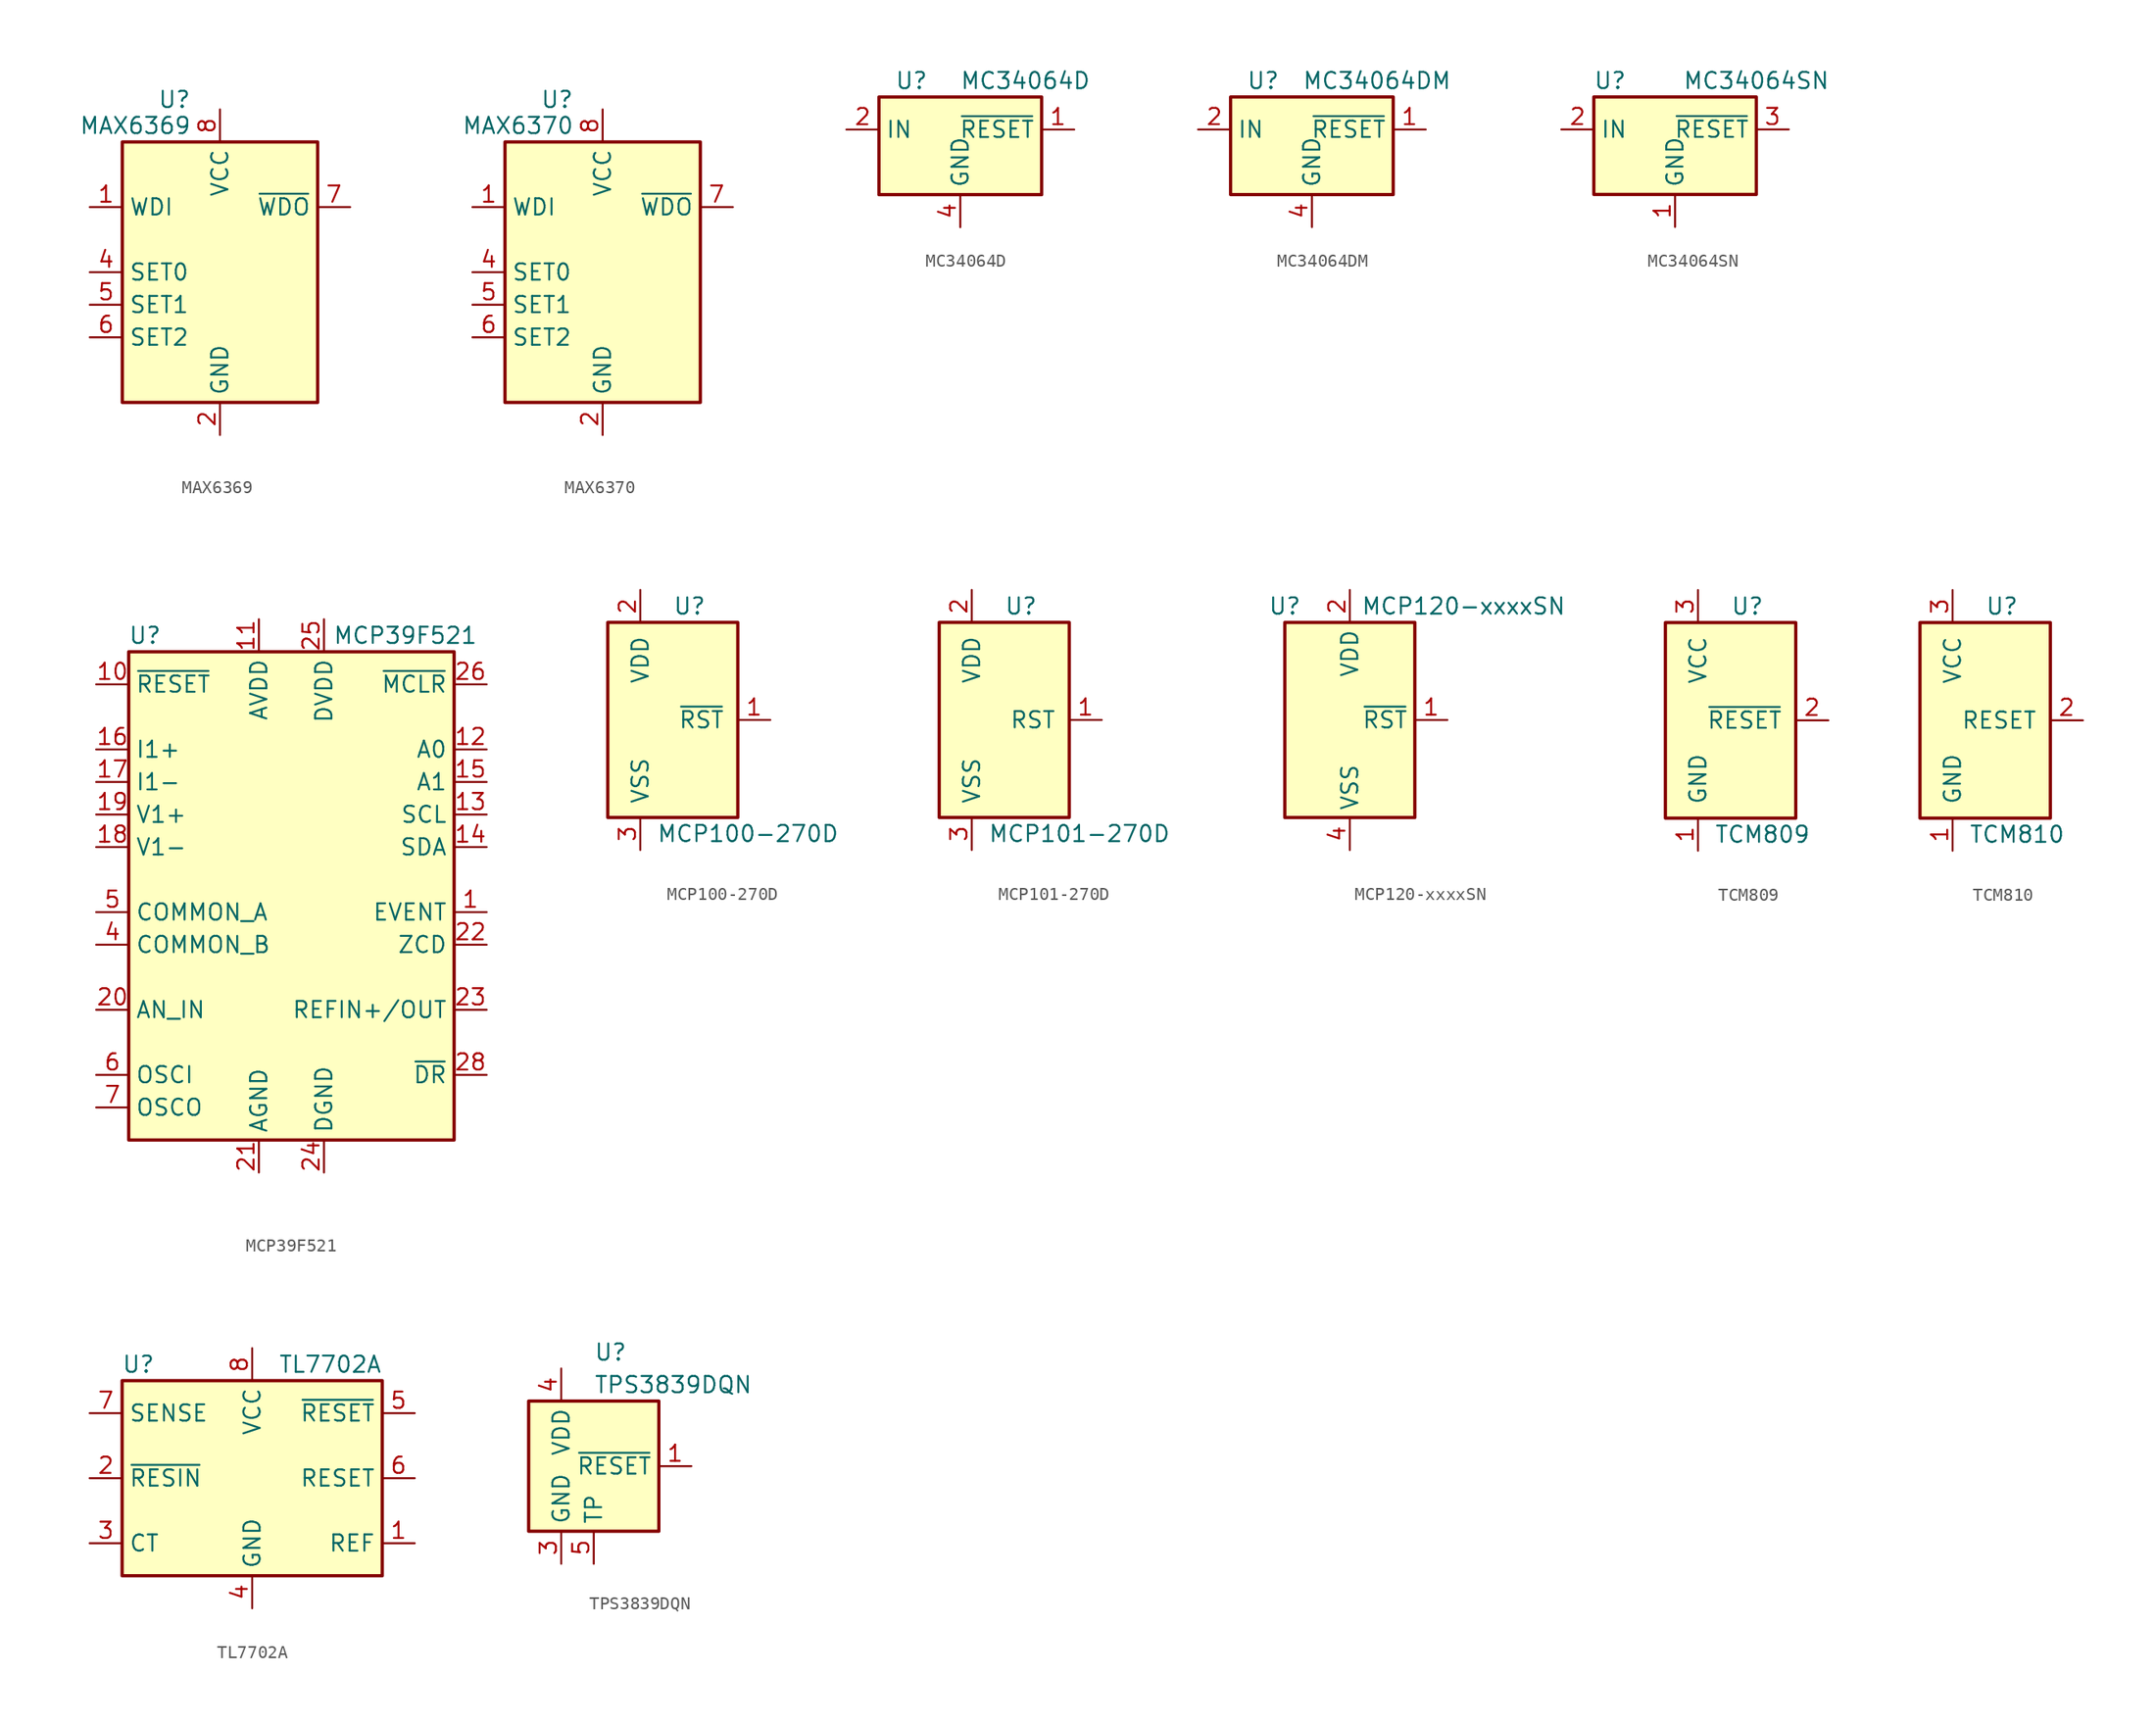
<source format=kicad_sym>
(kicad_symbol_lib
  (version 20200908)
  (generator kicad_symbol_editor)
  (symbol "Power_Supervisor:MAX6369"
    (property "Reference" "U"
      (at -3.556 13.462 0)
      (effects (font (size 1.27 1.27))))
    (property "Value" "MAX6369"
      (at -6.604 11.43 0)
      (effects (font (size 1.27 1.27))))
    (symbol "MAX6369_0_1"
      (rectangle (start -7.62 10.16) (end 7.62 -10.16) (stroke (width 0.254)) (fill (type background))))
    (symbol "MAX6369_1_1"
      (pin input line (at -10.16 5.08 0) (length 2.54) (name "WDI" (effects (font (size 1.27 1.27)))) (number "1" (effects (font (size 1.27 1.27)))))
      (pin power_in line (at 0 -12.7 90) (length 2.54) (name "GND" (effects (font (size 1.27 1.27)))) (number "2" (effects (font (size 1.27 1.27)))))
      (pin unconnected line (at 7.62 -5.08 180) (length 2.54) hide (name "NC" (effects (font (size 1.27 1.27)))) (number "3" (effects (font (size 1.27 1.27)))))
      (pin input line (at -10.16 0 0) (length 2.54) (name "SET0" (effects (font (size 1.27 1.27)))) (number "4" (effects (font (size 1.27 1.27)))))
      (pin input line (at -10.16 -2.54 0) (length 2.54) (name "SET1" (effects (font (size 1.27 1.27)))) (number "5" (effects (font (size 1.27 1.27)))))
      (pin input line (at -10.16 -5.08 0) (length 2.54) (name "SET2" (effects (font (size 1.27 1.27)))) (number "6" (effects (font (size 1.27 1.27)))))
      (pin open_collector line (at 10.16 5.08 180) (length 2.54) (name "~WDO" (effects (font (size 1.27 1.27)))) (number "7" (effects (font (size 1.27 1.27)))))
      (pin power_in line (at 0 12.7 270) (length 2.54) (name "VCC" (effects (font (size 1.27 1.27)))) (number "8" (effects (font (size 1.27 1.27)))))))
  (symbol "Power_Supervisor:MAX6370"
    (property "Reference" "U"
      (at -3.556 13.462 0)
      (effects (font (size 1.27 1.27))))
    (property "Value" "MAX6370"
      (at -6.604 11.43 0)
      (effects (font (size 1.27 1.27))))
    (symbol "MAX6370_0_1"
      (rectangle (start -7.62 10.16) (end 7.62 -10.16) (stroke (width 0.254)) (fill (type background))))
    (symbol "MAX6370_1_1"
      (pin input line (at -10.16 5.08 0) (length 2.54) (name "WDI" (effects (font (size 1.27 1.27)))) (number "1" (effects (font (size 1.27 1.27)))))
      (pin power_in line (at 0 -12.7 90) (length 2.54) (name "GND" (effects (font (size 1.27 1.27)))) (number "2" (effects (font (size 1.27 1.27)))))
      (pin unconnected line (at 7.62 -5.08 180) (length 2.54) hide (name "NC" (effects (font (size 1.27 1.27)))) (number "3" (effects (font (size 1.27 1.27)))))
      (pin input line (at -10.16 0 0) (length 2.54) (name "SET0" (effects (font (size 1.27 1.27)))) (number "4" (effects (font (size 1.27 1.27)))))
      (pin input line (at -10.16 -2.54 0) (length 2.54) (name "SET1" (effects (font (size 1.27 1.27)))) (number "5" (effects (font (size 1.27 1.27)))))
      (pin input line (at -10.16 -5.08 0) (length 2.54) (name "SET2" (effects (font (size 1.27 1.27)))) (number "6" (effects (font (size 1.27 1.27)))))
      (pin output line (at 10.16 5.08 180) (length 2.54) (name "~WDO" (effects (font (size 1.27 1.27)))) (number "7" (effects (font (size 1.27 1.27)))))
      (pin power_in line (at 0 12.7 270) (length 2.54) (name "VCC" (effects (font (size 1.27 1.27)))) (number "8" (effects (font (size 1.27 1.27)))))))
  (symbol "Power_Supervisor:MC34064D"
    (property "Reference" "U"
      (at -3.81 5.08 0)
      (effects (font (size 1.27 1.27))))
    (property "Value" "MC34064D"
      (at 5.08 5.08 0)
      (effects (font (size 1.27 1.27))))
    (symbol "MC34064D_0_1"
      (rectangle (start -6.35 -3.81) (end 6.35 3.81) (stroke (width 0.254)) (fill (type background))))
    (symbol "MC34064D_1_1"
      (pin open_collector line (at 8.89 1.27 180) (length 2.54) (name "~RESET" (effects (font (size 1.27 1.27)))) (number "1" (effects (font (size 1.27 1.27)))))
      (pin input line (at -8.89 1.27 0) (length 2.54) (name "IN" (effects (font (size 1.27 1.27)))) (number "2" (effects (font (size 1.27 1.27)))))
      (pin unconnected line (at 6.35 -2.54 180) (length 2.54) hide (name "NC" (effects (font (size 1.27 1.27)))) (number "3" (effects (font (size 1.27 1.27)))))
      (pin power_in line (at 0 -6.35 90) (length 2.54) (name "GND" (effects (font (size 1.27 1.27)))) (number "4" (effects (font (size 1.27 1.27)))))
      (pin unconnected line (at 0 3.81 270) (length 2.54) hide (name "NC" (effects (font (size 1.27 1.27)))) (number "5" (effects (font (size 1.27 1.27)))))
      (pin unconnected line (at 2.54 3.81 270) (length 2.54) hide (name "NC" (effects (font (size 1.27 1.27)))) (number "6" (effects (font (size 1.27 1.27)))))
      (pin unconnected line (at -6.35 -2.54 0) (length 2.54) hide (name "NC" (effects (font (size 1.27 1.27)))) (number "7" (effects (font (size 1.27 1.27)))))
      (pin unconnected line (at -2.54 3.81 270) (length 2.54) hide (name "NC" (effects (font (size 1.27 1.27)))) (number "8" (effects (font (size 1.27 1.27)))))))
  (symbol "Power_Supervisor:MC34064DM"
    (property "Reference" "U"
      (at -3.81 5.08 0)
      (effects (font (size 1.27 1.27))))
    (property "Value" "MC34064DM"
      (at 5.08 5.08 0)
      (effects (font (size 1.27 1.27))))
    (symbol "MC34064DM_0_1"
      (rectangle (start -6.35 -3.81) (end 6.35 3.81) (stroke (width 0.254)) (fill (type background))))
    (symbol "MC34064DM_1_1"
      (pin open_collector line (at 8.89 1.27 180) (length 2.54) (name "~RESET" (effects (font (size 1.27 1.27)))) (number "1" (effects (font (size 1.27 1.27)))))
      (pin input line (at -8.89 1.27 0) (length 2.54) (name "IN" (effects (font (size 1.27 1.27)))) (number "2" (effects (font (size 1.27 1.27)))))
      (pin unconnected line (at 6.35 -2.54 180) (length 2.54) hide (name "NC" (effects (font (size 1.27 1.27)))) (number "3" (effects (font (size 1.27 1.27)))))
      (pin power_in line (at 0 -6.35 90) (length 2.54) (name "GND" (effects (font (size 1.27 1.27)))) (number "4" (effects (font (size 1.27 1.27)))))
      (pin unconnected line (at 0 3.81 270) (length 2.54) hide (name "NC" (effects (font (size 1.27 1.27)))) (number "5" (effects (font (size 1.27 1.27)))))
      (pin unconnected line (at 2.54 3.81 270) (length 2.54) hide (name "NC" (effects (font (size 1.27 1.27)))) (number "6" (effects (font (size 1.27 1.27)))))
      (pin unconnected line (at -6.35 -2.54 0) (length 2.54) hide (name "NC" (effects (font (size 1.27 1.27)))) (number "7" (effects (font (size 1.27 1.27)))))
      (pin unconnected line (at -2.54 3.81 270) (length 2.54) hide (name "NC" (effects (font (size 1.27 1.27)))) (number "8" (effects (font (size 1.27 1.27)))))))
  (symbol "Power_Supervisor:MC34064SN"
    (property "Reference" "U"
      (at -5.08 5.08 0)
      (effects (font (size 1.27 1.27))))
    (property "Value" "MC34064SN"
      (at 6.35 5.08 0)
      (effects (font (size 1.27 1.27))))
    (symbol "MC34064SN_0_1"
      (rectangle (start -6.35 -3.81) (end 6.35 3.81) (stroke (width 0.254)) (fill (type background))))
    (symbol "MC34064SN_1_1"
      (pin power_in line (at 0 -6.35 90) (length 2.54) (name "GND" (effects (font (size 1.27 1.27)))) (number "1" (effects (font (size 1.27 1.27)))))
      (pin input line (at -8.89 1.27 0) (length 2.54) (name "IN" (effects (font (size 1.27 1.27)))) (number "2" (effects (font (size 1.27 1.27)))))
      (pin open_collector line (at 8.89 1.27 180) (length 2.54) (name "~RESET" (effects (font (size 1.27 1.27)))) (number "3" (effects (font (size 1.27 1.27)))))
      (pin unconnected line (at -2.54 3.81 270) (length 2.54) hide (name "NC" (effects (font (size 1.27 1.27)))) (number "4" (effects (font (size 1.27 1.27)))))
      (pin unconnected line (at 2.54 3.81 270) (length 2.54) hide (name "NC" (effects (font (size 1.27 1.27)))) (number "5" (effects (font (size 1.27 1.27)))))))
  (symbol "Power_Supervisor:MCP39F521"
    (property "Reference" "U"
      (at -11.43 19.05 0)
      (effects (font (size 1.27 1.27))))
    (property "Value" "MCP39F521"
      (at 8.89 19.05 0)
      (effects (font (size 1.27 1.27))))
    (symbol "MCP39F521_0_1"
      (rectangle (start -12.7 17.78) (end 12.7 -20.32) (stroke (width 0.254)) (fill (type background))))
    (symbol "MCP39F521_1_1"
      (pin output line (at 15.24 -2.54 180) (length 2.54) (name "EVENT" (effects (font (size 1.27 1.27)))) (number "1" (effects (font (size 1.27 1.27)))))
      (pin input line (at -15.24 15.24 0) (length 2.54) (name "~RESET" (effects (font (size 1.27 1.27)))) (number "10" (effects (font (size 1.27 1.27)))))
      (pin power_in line (at -2.54 20.32 270) (length 2.54) (name "AVDD" (effects (font (size 1.27 1.27)))) (number "11" (effects (font (size 1.27 1.27)))))
      (pin input line (at 15.24 10.16 180) (length 2.54) (name "A0" (effects (font (size 1.27 1.27)))) (number "12" (effects (font (size 1.27 1.27)))))
      (pin input line (at 15.24 5.08 180) (length 2.54) (name "SCL" (effects (font (size 1.27 1.27)))) (number "13" (effects (font (size 1.27 1.27)))))
      (pin bidirectional line (at 15.24 2.54 180) (length 2.54) (name "SDA" (effects (font (size 1.27 1.27)))) (number "14" (effects (font (size 1.27 1.27)))))
      (pin input line (at 15.24 7.62 180) (length 2.54) (name "A1" (effects (font (size 1.27 1.27)))) (number "15" (effects (font (size 1.27 1.27)))))
      (pin input line (at -15.24 10.16 0) (length 2.54) (name "I1+" (effects (font (size 1.27 1.27)))) (number "16" (effects (font (size 1.27 1.27)))))
      (pin input line (at -15.24 7.62 0) (length 2.54) (name "I1-" (effects (font (size 1.27 1.27)))) (number "17" (effects (font (size 1.27 1.27)))))
      (pin input line (at -15.24 2.54 0) (length 2.54) (name "V1-" (effects (font (size 1.27 1.27)))) (number "18" (effects (font (size 1.27 1.27)))))
      (pin input line (at -15.24 5.08 0) (length 2.54) (name "V1+" (effects (font (size 1.27 1.27)))) (number "19" (effects (font (size 1.27 1.27)))))
      (pin unconnected line (at -12.7 12.7 0) (length 2.54) hide (name "NC" (effects (font (size 1.27 1.27)))) (number "2" (effects (font (size 1.27 1.27)))))
      (pin input line (at -15.24 -10.16 0) (length 2.54) (name "AN_IN" (effects (font (size 1.27 1.27)))) (number "20" (effects (font (size 1.27 1.27)))))
      (pin power_in line (at -2.54 -22.86 90) (length 2.54) (name "AGND" (effects (font (size 1.27 1.27)))) (number "21" (effects (font (size 1.27 1.27)))))
      (pin output line (at 15.24 -5.08 180) (length 2.54) (name "ZCD" (effects (font (size 1.27 1.27)))) (number "22" (effects (font (size 1.27 1.27)))))
      (pin bidirectional line (at 15.24 -10.16 180) (length 2.54) (name "REFIN+/OUT" (effects (font (size 1.27 1.27)))) (number "23" (effects (font (size 1.27 1.27)))))
      (pin power_in line (at 2.54 -22.86 90) (length 2.54) (name "DGND" (effects (font (size 1.27 1.27)))) (number "24" (effects (font (size 1.27 1.27)))))
      (pin power_in line (at 2.54 20.32 270) (length 2.54) (name "DVDD" (effects (font (size 1.27 1.27)))) (number "25" (effects (font (size 1.27 1.27)))))
      (pin input line (at 15.24 15.24 180) (length 2.54) (name "~MCLR" (effects (font (size 1.27 1.27)))) (number "26" (effects (font (size 1.27 1.27)))))
      (pin passive line (at 2.54 -22.86 90) (length 2.54) hide (name "DGND" (effects (font (size 1.27 1.27)))) (number "27" (effects (font (size 1.27 1.27)))))
      (pin output line (at 15.24 -15.24 180) (length 2.54) (name "~DR" (effects (font (size 1.27 1.27)))) (number "28" (effects (font (size 1.27 1.27)))))
      (pin passive line (at 2.54 -22.86 90) (length 2.54) hide (name "DGND" (effects (font (size 1.27 1.27)))) (number "29" (effects (font (size 1.27 1.27)))))
      (pin unconnected line (at -12.7 0 0) (length 2.54) hide (name "NC" (effects (font (size 1.27 1.27)))) (number "3" (effects (font (size 1.27 1.27)))))
      (pin passive line (at -15.24 -5.08 0) (length 2.54) (name "COMMON_B" (effects (font (size 1.27 1.27)))) (number "4" (effects (font (size 1.27 1.27)))))
      (pin passive line (at -15.24 -2.54 0) (length 2.54) (name "COMMON_A" (effects (font (size 1.27 1.27)))) (number "5" (effects (font (size 1.27 1.27)))))
      (pin input line (at -15.24 -15.24 0) (length 2.54) (name "OSCI" (effects (font (size 1.27 1.27)))) (number "6" (effects (font (size 1.27 1.27)))))
      (pin passive line (at -15.24 -17.78 0) (length 2.54) (name "OSCO" (effects (font (size 1.27 1.27)))) (number "7" (effects (font (size 1.27 1.27)))))
      (pin unconnected line (at 12.7 12.7 180) (length 2.54) hide (name "NC" (effects (font (size 1.27 1.27)))) (number "8" (effects (font (size 1.27 1.27)))))
      (pin unconnected line (at 12.7 0 180) (length 2.54) hide (name "NC" (effects (font (size 1.27 1.27)))) (number "9" (effects (font (size 1.27 1.27)))))))
  (symbol "Power_Supervisor:MCP100-270D"
    (pin_names
      (offset 1.016))
    (property "Reference" "U"
      (at 0 8.89 0)
      (effects (font (size 1.27 1.27)) (justify left)))
    (property "Value" "MCP100-270D"
      (at -1.27 -8.89 0)
      (effects (font (size 1.27 1.27)) (justify left)))
    (symbol "MCP100-270D_1_1"
      (rectangle (start -5.08 7.62) (end 5.08 -7.62) (stroke (width 0.254)) (fill (type background)))
      (pin output line (at 7.62 0 180) (length 2.54) (name "~RST" (effects (font (size 1.27 1.27)))) (number "1" (effects (font (size 1.27 1.27)))))
      (pin power_in line (at -2.54 10.16 270) (length 2.54) (name "VDD" (effects (font (size 1.27 1.27)))) (number "2" (effects (font (size 1.27 1.27)))))
      (pin power_in line (at -2.54 -10.16 90) (length 2.54) (name "VSS" (effects (font (size 1.27 1.27)))) (number "3" (effects (font (size 1.27 1.27)))))))
  (symbol "Power_Supervisor:MCP101-270D"
    (pin_names
      (offset 1.016))
    (property "Reference" "U"
      (at 0 8.89 0)
      (effects (font (size 1.27 1.27)) (justify left)))
    (property "Value" "MCP101-270D"
      (at -1.27 -8.89 0)
      (effects (font (size 1.27 1.27)) (justify left)))
    (symbol "MCP101-270D_1_1"
      (rectangle (start -5.08 7.62) (end 5.08 -7.62) (stroke (width 0.254)) (fill (type background)))
      (pin output line (at 7.62 0 180) (length 2.54) (name "RST" (effects (font (size 1.27 1.27)))) (number "1" (effects (font (size 1.27 1.27)))))
      (pin power_in line (at -2.54 10.16 270) (length 2.54) (name "VDD" (effects (font (size 1.27 1.27)))) (number "2" (effects (font (size 1.27 1.27)))))
      (pin power_in line (at -2.54 -10.16 90) (length 2.54) (name "VSS" (effects (font (size 1.27 1.27)))) (number "3" (effects (font (size 1.27 1.27)))))))
  (symbol "Power_Supervisor:MCP120-xxxxSN"
    (property "Reference" "U"
      (at -5.08 8.89 0)
      (effects (font (size 1.27 1.27))))
    (property "Value" "MCP120-xxxxSN"
      (at 8.89 8.89 0)
      (effects (font (size 1.27 1.27))))
    (symbol "MCP120-xxxxSN_0_1"
      (rectangle (start 5.08 7.62) (end -5.08 -7.62) (stroke (width 0.254)) (fill (type background))))
    (symbol "MCP120-xxxxSN_1_1"
      (pin open_collector line (at 7.62 0 180) (length 2.54) (name "~RST" (effects (font (size 1.27 1.27)))) (number "1" (effects (font (size 1.27 1.27)))))
      (pin power_in line (at 0 10.16 270) (length 2.54) (name "VDD" (effects (font (size 1.27 1.27)))) (number "2" (effects (font (size 1.27 1.27)))))
      (pin unconnected line (at -5.08 5.08 0) (length 2.54) hide (name "NC" (effects (font (size 1.27 1.27)))) (number "3" (effects (font (size 1.27 1.27)))))
      (pin power_in line (at 0 -10.16 90) (length 2.54) (name "VSS" (effects (font (size 1.27 1.27)))) (number "4" (effects (font (size 1.27 1.27)))))
      (pin unconnected line (at -5.08 2.54 0) (length 2.54) hide (name "NC" (effects (font (size 1.27 1.27)))) (number "5" (effects (font (size 1.27 1.27)))))
      (pin unconnected line (at -5.08 0 0) (length 2.54) hide (name "NC" (effects (font (size 1.27 1.27)))) (number "6" (effects (font (size 1.27 1.27)))))
      (pin unconnected line (at -5.08 -2.54 0) (length 2.54) hide (name "NC" (effects (font (size 1.27 1.27)))) (number "7" (effects (font (size 1.27 1.27)))))
      (pin unconnected line (at -5.08 -5.08 0) (length 2.54) hide (name "NC" (effects (font (size 1.27 1.27)))) (number "8" (effects (font (size 1.27 1.27)))))))
  (symbol "Power_Supervisor:TCM809"
    (pin_names
      (offset 1.016))
    (property "Reference" "U"
      (at 0 8.89 0)
      (effects (font (size 1.27 1.27)) (justify left)))
    (property "Value" "TCM809"
      (at -1.27 -8.89 0)
      (effects (font (size 1.27 1.27)) (justify left)))
    (symbol "TCM809_1_1"
      (rectangle (start -5.08 7.62) (end 5.08 -7.62) (stroke (width 0.254)) (fill (type background)))
      (pin power_in line (at -2.54 -10.16 90) (length 2.54) (name "GND" (effects (font (size 1.27 1.27)))) (number "1" (effects (font (size 1.27 1.27)))))
      (pin output line (at 7.62 0 180) (length 2.54) (name "~RESET~" (effects (font (size 1.27 1.27)))) (number "2" (effects (font (size 1.27 1.27)))))
      (pin power_in line (at -2.54 10.16 270) (length 2.54) (name "VCC" (effects (font (size 1.27 1.27)))) (number "3" (effects (font (size 1.27 1.27)))))))
  (symbol "Power_Supervisor:TCM810"
    (pin_names
      (offset 1.016))
    (property "Reference" "U"
      (at 0 8.89 0)
      (effects (font (size 1.27 1.27)) (justify left)))
    (property "Value" "TCM810"
      (at -1.27 -8.89 0)
      (effects (font (size 1.27 1.27)) (justify left)))
    (symbol "TCM810_1_1"
      (rectangle (start -5.08 7.62) (end 5.08 -7.62) (stroke (width 0.254)) (fill (type background)))
      (pin power_in line (at -2.54 -10.16 90) (length 2.54) (name "GND" (effects (font (size 1.27 1.27)))) (number "1" (effects (font (size 1.27 1.27)))))
      (pin output line (at 7.62 0 180) (length 2.54) (name "RESET" (effects (font (size 1.27 1.27)))) (number "2" (effects (font (size 1.27 1.27)))))
      (pin power_in line (at -2.54 10.16 270) (length 2.54) (name "VCC" (effects (font (size 1.27 1.27)))) (number "3" (effects (font (size 1.27 1.27)))))))
  (symbol "Power_Supervisor:TL7702A"
    (property "Reference" "U"
      (at -8.89 8.89 0)
      (effects (font (size 1.27 1.27))))
    (property "Value" "TL7702A"
      (at 10.16 8.89 0)
      (effects (font (size 1.27 1.27)) (justify right)))
    (symbol "TL7702A_0_1"
      (rectangle (start -10.16 7.62) (end 10.16 -7.62) (stroke (width 0.254)) (fill (type background))))
    (symbol "TL7702A_1_1"
      (pin output line (at 12.7 -5.08 180) (length 2.54) (name "REF" (effects (font (size 1.27 1.27)))) (number "1" (effects (font (size 1.27 1.27)))))
      (pin input line (at -12.7 0 0) (length 2.54) (name "~RESIN" (effects (font (size 1.27 1.27)))) (number "2" (effects (font (size 1.27 1.27)))))
      (pin passive line (at -12.7 -5.08 0) (length 2.54) (name "CT" (effects (font (size 1.27 1.27)))) (number "3" (effects (font (size 1.27 1.27)))))
      (pin power_in line (at 0 -10.16 90) (length 2.54) (name "GND" (effects (font (size 1.27 1.27)))) (number "4" (effects (font (size 1.27 1.27)))))
      (pin open_collector line (at 12.7 5.08 180) (length 2.54) (name "~RESET" (effects (font (size 1.27 1.27)))) (number "5" (effects (font (size 1.27 1.27)))))
      (pin open_collector line (at 12.7 0 180) (length 2.54) (name "RESET" (effects (font (size 1.27 1.27)))) (number "6" (effects (font (size 1.27 1.27)))))
      (pin input line (at -12.7 5.08 0) (length 2.54) (name "SENSE" (effects (font (size 1.27 1.27)))) (number "7" (effects (font (size 1.27 1.27)))))
      (pin power_in line (at 0 10.16 270) (length 2.54) (name "VCC" (effects (font (size 1.27 1.27)))) (number "8" (effects (font (size 1.27 1.27)))))))
  (symbol "Power_Supervisor:TPS3839DQN"
    (property "Reference" "U"
      (at 2.54 8.89 0)
      (effects (font (size 1.27 1.27)) (justify left)))
    (property "Value" "TPS3839DQN"
      (at 2.54 6.35 0)
      (effects (font (size 1.27 1.27)) (justify left)))
    (symbol "TPS3839DQN_0_1"
      (rectangle (start -2.54 5.08) (end 7.62 -5.08) (stroke (width 0.254)) (fill (type background))))
    (symbol "TPS3839DQN_1_1"
      (pin output line (at 10.16 0 180) (length 2.54) (name "~RESET" (effects (font (size 1.27 1.27)))) (number "1" (effects (font (size 1.27 1.27)))))
      (pin unconnected line (at -2.54 0 0) (length 2.54) hide (name "NC" (effects (font (size 1.27 1.27)))) (number "2" (effects (font (size 1.27 1.27)))))
      (pin power_in line (at 0 -7.62 90) (length 2.54) (name "GND" (effects (font (size 1.27 1.27)))) (number "3" (effects (font (size 1.27 1.27)))))
      (pin power_in line (at 0 7.62 270) (length 2.54) (name "VDD" (effects (font (size 1.27 1.27)))) (number "4" (effects (font (size 1.27 1.27)))))
      (pin power_in line (at 2.54 -7.62 90) (length 2.54) (name "TP" (effects (font (size 1.27 1.27)))) (number "5" (effects (font (size 1.27 1.27))))))))
</source>
